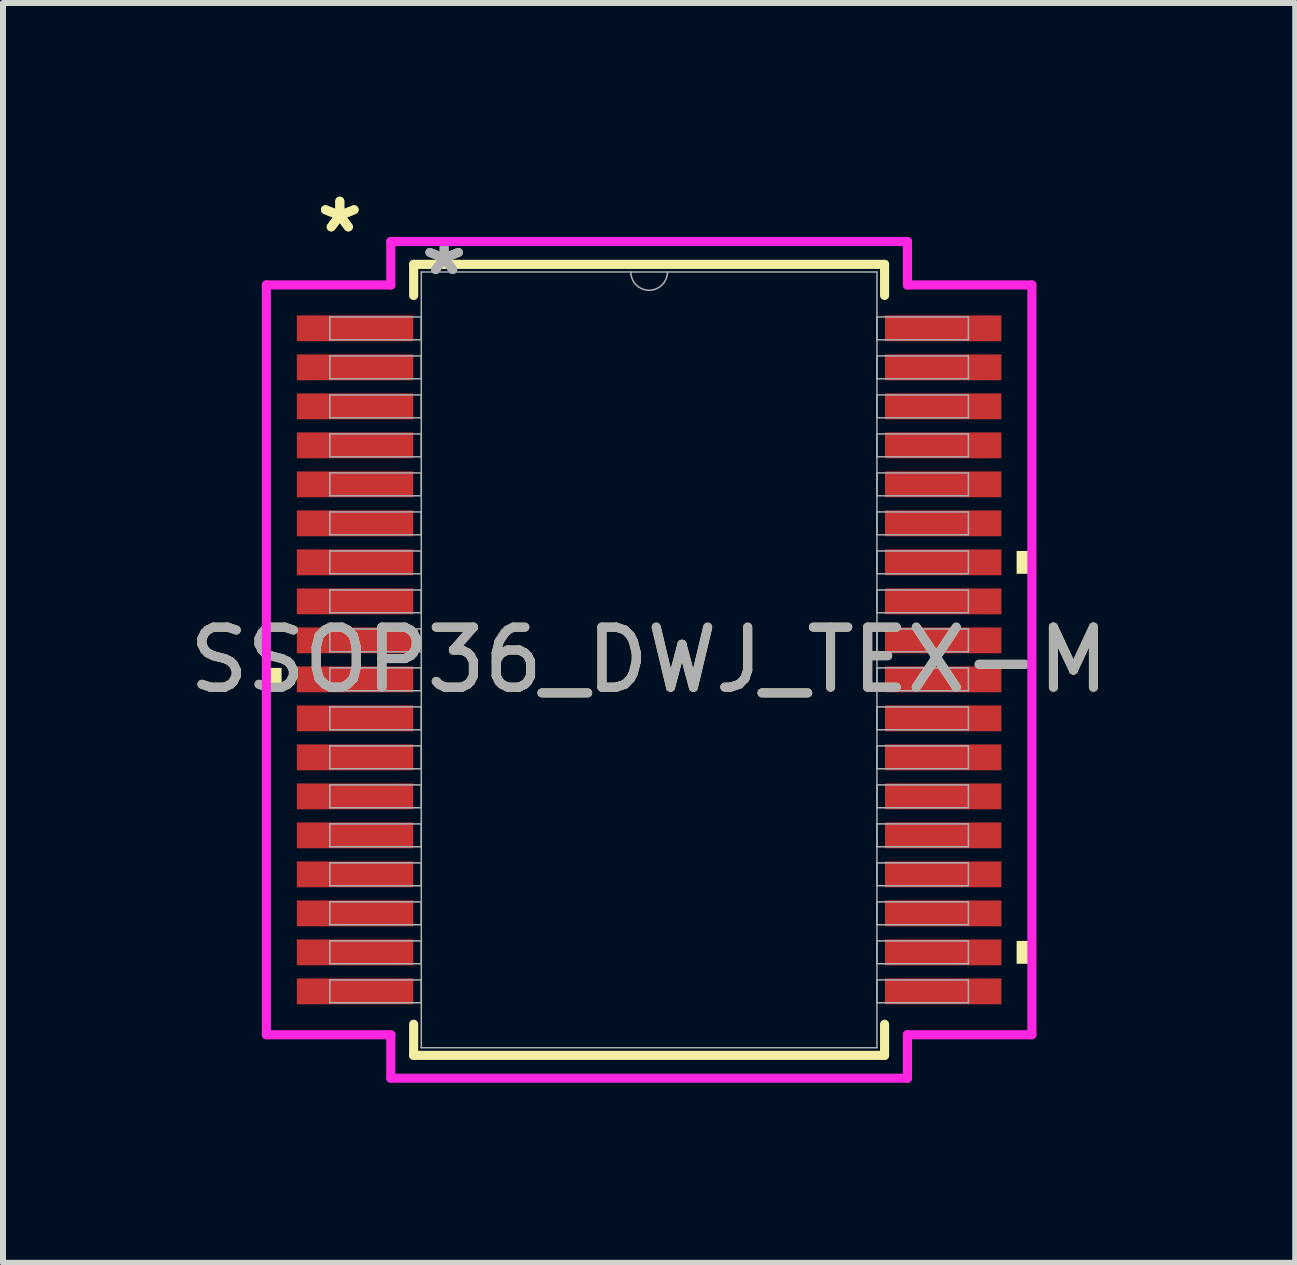
<source format=kicad_pcb>
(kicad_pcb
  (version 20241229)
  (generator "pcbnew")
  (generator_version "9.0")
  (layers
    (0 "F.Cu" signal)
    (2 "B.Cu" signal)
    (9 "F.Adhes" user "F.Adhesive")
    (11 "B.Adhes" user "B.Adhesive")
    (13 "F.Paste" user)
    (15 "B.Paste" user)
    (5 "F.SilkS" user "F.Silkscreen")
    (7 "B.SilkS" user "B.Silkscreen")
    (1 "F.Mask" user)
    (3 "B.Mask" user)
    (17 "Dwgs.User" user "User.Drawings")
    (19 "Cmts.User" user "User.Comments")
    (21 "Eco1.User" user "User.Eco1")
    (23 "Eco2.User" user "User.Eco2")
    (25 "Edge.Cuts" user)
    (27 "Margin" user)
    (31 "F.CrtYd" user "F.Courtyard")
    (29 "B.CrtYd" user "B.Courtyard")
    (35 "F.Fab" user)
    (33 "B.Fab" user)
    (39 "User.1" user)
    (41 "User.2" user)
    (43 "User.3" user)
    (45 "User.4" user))
  (footprint "SSOP36_DWJ_TEX-M"
    (layer "F.Cu")
    (at 7.768 7.947)
    (property "Reference" "SSOP36_DWJ_TEX-M" (at 0 0 0) (unlocked yes) (layer "F.SilkS") (effects (font (size 1 1) (thickness 0.15))))
    (attr smd)
    (fp_line (start -3.924 -6.591) (end -3.924 -6.073) (stroke (width 0.152) (type solid)) (layer "F.SilkS"))
    (fp_line (start -3.924 6.073) (end -3.924 6.591) (stroke (width 0.152) (type solid)) (layer "F.SilkS"))
    (fp_line (start -3.924 6.591) (end 3.924 6.591) (stroke (width 0.152) (type solid)) (layer "F.SilkS"))
    (fp_line (start 3.924 -6.591) (end -3.924 -6.591) (stroke (width 0.152) (type solid)) (layer "F.SilkS"))
    (fp_line (start 3.924 -6.073) (end 3.924 -6.591) (stroke (width 0.152) (type solid)) (layer "F.SilkS"))
    (fp_line (start 3.924 6.591) (end 3.924 6.073) (stroke (width 0.152) (type solid)) (layer "F.SilkS"))
    (fp_poly (pts (xy -6.379 0.134) (xy -6.379 0.515) (xy -6.125 0.515) (xy -6.125 0.134)) (stroke (width 0) (type solid)) (fill yes) (layer "F.SilkS"))
    (fp_poly (pts (xy 6.379 -1.815) (xy 6.379 -1.434) (xy 6.125 -1.434) (xy 6.125 -1.815)) (stroke (width 0) (type solid)) (fill yes) (layer "F.SilkS"))
    (fp_poly (pts (xy 6.379 4.684) (xy 6.379 5.065) (xy 6.125 5.065) (xy 6.125 4.684)) (stroke (width 0) (type solid)) (fill yes) (layer "F.SilkS"))
    (fp_line (start -6.379 -6.248) (end -4.305 -6.248) (stroke (width 0.152) (type solid)) (layer "F.CrtYd"))
    (fp_line (start -6.379 6.248) (end -6.379 -6.248) (stroke (width 0.152) (type solid)) (layer "F.CrtYd"))
    (fp_line (start -6.379 6.248) (end -4.305 6.248) (stroke (width 0.152) (type solid)) (layer "F.CrtYd"))
    (fp_line (start -4.305 -6.972) (end 4.305 -6.972) (stroke (width 0.152) (type solid)) (layer "F.CrtYd"))
    (fp_line (start -4.305 -6.248) (end -4.305 -6.972) (stroke (width 0.152) (type solid)) (layer "F.CrtYd"))
    (fp_line (start -4.305 6.972) (end -4.305 6.248) (stroke (width 0.152) (type solid)) (layer "F.CrtYd"))
    (fp_line (start 4.305 -6.972) (end 4.305 -6.248) (stroke (width 0.152) (type solid)) (layer "F.CrtYd"))
    (fp_line (start 4.305 6.248) (end 4.305 6.972) (stroke (width 0.152) (type solid)) (layer "F.CrtYd"))
    (fp_line (start 4.305 6.972) (end -4.305 6.972) (stroke (width 0.152) (type solid)) (layer "F.CrtYd"))
    (fp_line (start 6.379 -6.248) (end 4.305 -6.248) (stroke (width 0.152) (type solid)) (layer "F.CrtYd"))
    (fp_line (start 6.379 -6.248) (end 6.379 6.248) (stroke (width 0.152) (type solid)) (layer "F.CrtYd"))
    (fp_line (start 6.379 6.248) (end 4.305 6.248) (stroke (width 0.152) (type solid)) (layer "F.CrtYd"))
    (fp_line (start -5.321 -5.715) (end -5.321 -5.334) (stroke (width 0.025) (type solid)) (layer "F.Fab"))
    (fp_line (start -5.321 -5.334) (end -3.797 -5.334) (stroke (width 0.025) (type solid)) (layer "F.Fab"))
    (fp_line (start -5.321 -5.065) (end -5.321 -4.684) (stroke (width 0.025) (type solid)) (layer "F.Fab"))
    (fp_line (start -5.321 -4.684) (end -3.797 -4.684) (stroke (width 0.025) (type solid)) (layer "F.Fab"))
    (fp_line (start -5.321 -4.415) (end -5.321 -4.034) (stroke (width 0.025) (type solid)) (layer "F.Fab"))
    (fp_line (start -5.321 -4.034) (end -3.797 -4.034) (stroke (width 0.025) (type solid)) (layer "F.Fab"))
    (fp_line (start -5.321 -3.765) (end -5.321 -3.384) (stroke (width 0.025) (type solid)) (layer "F.Fab"))
    (fp_line (start -5.321 -3.384) (end -3.797 -3.384) (stroke (width 0.025) (type solid)) (layer "F.Fab"))
    (fp_line (start -5.321 -3.115) (end -5.321 -2.734) (stroke (width 0.025) (type solid)) (layer "F.Fab"))
    (fp_line (start -5.321 -2.734) (end -3.797 -2.734) (stroke (width 0.025) (type solid)) (layer "F.Fab"))
    (fp_line (start -5.321 -2.465) (end -5.321 -2.084) (stroke (width 0.025) (type solid)) (layer "F.Fab"))
    (fp_line (start -5.321 -2.084) (end -3.797 -2.084) (stroke (width 0.025) (type solid)) (layer "F.Fab"))
    (fp_line (start -5.321 -1.815) (end -5.321 -1.434) (stroke (width 0.025) (type solid)) (layer "F.Fab"))
    (fp_line (start -5.321 -1.434) (end -3.797 -1.434) (stroke (width 0.025) (type solid)) (layer "F.Fab"))
    (fp_line (start -5.321 -1.165) (end -5.321 -0.784) (stroke (width 0.025) (type solid)) (layer "F.Fab"))
    (fp_line (start -5.321 -0.784) (end -3.797 -0.784) (stroke (width 0.025) (type solid)) (layer "F.Fab"))
    (fp_line (start -5.321 -0.515) (end -5.321 -0.134) (stroke (width 0.025) (type solid)) (layer "F.Fab"))
    (fp_line (start -5.321 -0.134) (end -3.797 -0.134) (stroke (width 0.025) (type solid)) (layer "F.Fab"))
    (fp_line (start -5.321 0.134) (end -5.321 0.515) (stroke (width 0.025) (type solid)) (layer "F.Fab"))
    (fp_line (start -5.321 0.515) (end -3.797 0.515) (stroke (width 0.025) (type solid)) (layer "F.Fab"))
    (fp_line (start -5.321 0.784) (end -5.321 1.165) (stroke (width 0.025) (type solid)) (layer "F.Fab"))
    (fp_line (start -5.321 1.165) (end -3.797 1.165) (stroke (width 0.025) (type solid)) (layer "F.Fab"))
    (fp_line (start -5.321 1.434) (end -5.321 1.815) (stroke (width 0.025) (type solid)) (layer "F.Fab"))
    (fp_line (start -5.321 1.815) (end -3.797 1.815) (stroke (width 0.025) (type solid)) (layer "F.Fab"))
    (fp_line (start -5.321 2.084) (end -5.321 2.465) (stroke (width 0.025) (type solid)) (layer "F.Fab"))
    (fp_line (start -5.321 2.465) (end -3.797 2.465) (stroke (width 0.025) (type solid)) (layer "F.Fab"))
    (fp_line (start -5.321 2.734) (end -5.321 3.115) (stroke (width 0.025) (type solid)) (layer "F.Fab"))
    (fp_line (start -5.321 3.115) (end -3.797 3.115) (stroke (width 0.025) (type solid)) (layer "F.Fab"))
    (fp_line (start -5.321 3.384) (end -5.321 3.765) (stroke (width 0.025) (type solid)) (layer "F.Fab"))
    (fp_line (start -5.321 3.765) (end -3.797 3.765) (stroke (width 0.025) (type solid)) (layer "F.Fab"))
    (fp_line (start -5.321 4.034) (end -5.321 4.415) (stroke (width 0.025) (type solid)) (layer "F.Fab"))
    (fp_line (start -5.321 4.415) (end -3.797 4.415) (stroke (width 0.025) (type solid)) (layer "F.Fab"))
    (fp_line (start -5.321 4.684) (end -5.321 5.065) (stroke (width 0.025) (type solid)) (layer "F.Fab"))
    (fp_line (start -5.321 5.065) (end -3.797 5.065) (stroke (width 0.025) (type solid)) (layer "F.Fab"))
    (fp_line (start -5.321 5.334) (end -5.321 5.715) (stroke (width 0.025) (type solid)) (layer "F.Fab"))
    (fp_line (start -5.321 5.715) (end -3.797 5.715) (stroke (width 0.025) (type solid)) (layer "F.Fab"))
    (fp_line (start -3.797 -6.464) (end -3.797 6.464) (stroke (width 0.025) (type solid)) (layer "F.Fab"))
    (fp_line (start -3.797 -5.715) (end -5.321 -5.715) (stroke (width 0.025) (type solid)) (layer "F.Fab"))
    (fp_line (start -3.797 -5.334) (end -3.797 -5.715) (stroke (width 0.025) (type solid)) (layer "F.Fab"))
    (fp_line (start -3.797 -5.065) (end -5.321 -5.065) (stroke (width 0.025) (type solid)) (layer "F.Fab"))
    (fp_line (start -3.797 -4.684) (end -3.797 -5.065) (stroke (width 0.025) (type solid)) (layer "F.Fab"))
    (fp_line (start -3.797 -4.415) (end -5.321 -4.415) (stroke (width 0.025) (type solid)) (layer "F.Fab"))
    (fp_line (start -3.797 -4.034) (end -3.797 -4.415) (stroke (width 0.025) (type solid)) (layer "F.Fab"))
    (fp_line (start -3.797 -3.765) (end -5.321 -3.765) (stroke (width 0.025) (type solid)) (layer "F.Fab"))
    (fp_line (start -3.797 -3.384) (end -3.797 -3.765) (stroke (width 0.025) (type solid)) (layer "F.Fab"))
    (fp_line (start -3.797 -3.115) (end -5.321 -3.115) (stroke (width 0.025) (type solid)) (layer "F.Fab"))
    (fp_line (start -3.797 -2.734) (end -3.797 -3.115) (stroke (width 0.025) (type solid)) (layer "F.Fab"))
    (fp_line (start -3.797 -2.465) (end -5.321 -2.465) (stroke (width 0.025) (type solid)) (layer "F.Fab"))
    (fp_line (start -3.797 -2.084) (end -3.797 -2.465) (stroke (width 0.025) (type solid)) (layer "F.Fab"))
    (fp_line (start -3.797 -1.815) (end -5.321 -1.815) (stroke (width 0.025) (type solid)) (layer "F.Fab"))
    (fp_line (start -3.797 -1.434) (end -3.797 -1.815) (stroke (width 0.025) (type solid)) (layer "F.Fab"))
    (fp_line (start -3.797 -1.165) (end -5.321 -1.165) (stroke (width 0.025) (type solid)) (layer "F.Fab"))
    (fp_line (start -3.797 -0.784) (end -3.797 -1.165) (stroke (width 0.025) (type solid)) (layer "F.Fab"))
    (fp_line (start -3.797 -0.515) (end -5.321 -0.515) (stroke (width 0.025) (type solid)) (layer "F.Fab"))
    (fp_line (start -3.797 -0.134) (end -3.797 -0.515) (stroke (width 0.025) (type solid)) (layer "F.Fab"))
    (fp_line (start -3.797 0.134) (end -5.321 0.134) (stroke (width 0.025) (type solid)) (layer "F.Fab"))
    (fp_line (start -3.797 0.515) (end -3.797 0.134) (stroke (width 0.025) (type solid)) (layer "F.Fab"))
    (fp_line (start -3.797 0.784) (end -5.321 0.784) (stroke (width 0.025) (type solid)) (layer "F.Fab"))
    (fp_line (start -3.797 1.165) (end -3.797 0.784) (stroke (width 0.025) (type solid)) (layer "F.Fab"))
    (fp_line (start -3.797 1.434) (end -5.321 1.434) (stroke (width 0.025) (type solid)) (layer "F.Fab"))
    (fp_line (start -3.797 1.815) (end -3.797 1.434) (stroke (width 0.025) (type solid)) (layer "F.Fab"))
    (fp_line (start -3.797 2.084) (end -5.321 2.084) (stroke (width 0.025) (type solid)) (layer "F.Fab"))
    (fp_line (start -3.797 2.465) (end -3.797 2.084) (stroke (width 0.025) (type solid)) (layer "F.Fab"))
    (fp_line (start -3.797 2.734) (end -5.321 2.734) (stroke (width 0.025) (type solid)) (layer "F.Fab"))
    (fp_line (start -3.797 3.115) (end -3.797 2.734) (stroke (width 0.025) (type solid)) (layer "F.Fab"))
    (fp_line (start -3.797 3.384) (end -5.321 3.384) (stroke (width 0.025) (type solid)) (layer "F.Fab"))
    (fp_line (start -3.797 3.765) (end -3.797 3.384) (stroke (width 0.025) (type solid)) (layer "F.Fab"))
    (fp_line (start -3.797 4.034) (end -5.321 4.034) (stroke (width 0.025) (type solid)) (layer "F.Fab"))
    (fp_line (start -3.797 4.415) (end -3.797 4.034) (stroke (width 0.025) (type solid)) (layer "F.Fab"))
    (fp_line (start -3.797 4.684) (end -5.321 4.684) (stroke (width 0.025) (type solid)) (layer "F.Fab"))
    (fp_line (start -3.797 5.065) (end -3.797 4.684) (stroke (width 0.025) (type solid)) (layer "F.Fab"))
    (fp_line (start -3.797 5.334) (end -5.321 5.334) (stroke (width 0.025) (type solid)) (layer "F.Fab"))
    (fp_line (start -3.797 5.715) (end -3.797 5.334) (stroke (width 0.025) (type solid)) (layer "F.Fab"))
    (fp_line (start -3.797 6.464) (end 3.797 6.464) (stroke (width 0.025) (type solid)) (layer "F.Fab"))
    (fp_line (start 3.797 -6.464) (end -3.797 -6.464) (stroke (width 0.025) (type solid)) (layer "F.Fab"))
    (fp_line (start 3.797 -5.715) (end 3.797 -5.334) (stroke (width 0.025) (type solid)) (layer "F.Fab"))
    (fp_line (start 3.797 -5.334) (end 5.321 -5.334) (stroke (width 0.025) (type solid)) (layer "F.Fab"))
    (fp_line (start 3.797 -5.065) (end 3.797 -4.684) (stroke (width 0.025) (type solid)) (layer "F.Fab"))
    (fp_line (start 3.797 -4.684) (end 5.321 -4.684) (stroke (width 0.025) (type solid)) (layer "F.Fab"))
    (fp_line (start 3.797 -4.415) (end 3.797 -4.034) (stroke (width 0.025) (type solid)) (layer "F.Fab"))
    (fp_line (start 3.797 -4.034) (end 5.321 -4.034) (stroke (width 0.025) (type solid)) (layer "F.Fab"))
    (fp_line (start 3.797 -3.765) (end 3.797 -3.384) (stroke (width 0.025) (type solid)) (layer "F.Fab"))
    (fp_line (start 3.797 -3.384) (end 5.321 -3.384) (stroke (width 0.025) (type solid)) (layer "F.Fab"))
    (fp_line (start 3.797 -3.115) (end 3.797 -2.734) (stroke (width 0.025) (type solid)) (layer "F.Fab"))
    (fp_line (start 3.797 -2.734) (end 5.321 -2.734) (stroke (width 0.025) (type solid)) (layer "F.Fab"))
    (fp_line (start 3.797 -2.465) (end 3.797 -2.084) (stroke (width 0.025) (type solid)) (layer "F.Fab"))
    (fp_line (start 3.797 -2.084) (end 5.321 -2.084) (stroke (width 0.025) (type solid)) (layer "F.Fab"))
    (fp_line (start 3.797 -1.815) (end 3.797 -1.434) (stroke (width 0.025) (type solid)) (layer "F.Fab"))
    (fp_line (start 3.797 -1.434) (end 5.321 -1.434) (stroke (width 0.025) (type solid)) (layer "F.Fab"))
    (fp_line (start 3.797 -1.165) (end 3.797 -0.784) (stroke (width 0.025) (type solid)) (layer "F.Fab"))
    (fp_line (start 3.797 -0.784) (end 5.321 -0.784) (stroke (width 0.025) (type solid)) (layer "F.Fab"))
    (fp_line (start 3.797 -0.515) (end 3.797 -0.134) (stroke (width 0.025) (type solid)) (layer "F.Fab"))
    (fp_line (start 3.797 -0.134) (end 5.321 -0.134) (stroke (width 0.025) (type solid)) (layer "F.Fab"))
    (fp_line (start 3.797 0.134) (end 3.797 0.515) (stroke (width 0.025) (type solid)) (layer "F.Fab"))
    (fp_line (start 3.797 0.515) (end 5.321 0.515) (stroke (width 0.025) (type solid)) (layer "F.Fab"))
    (fp_line (start 3.797 0.784) (end 3.797 1.165) (stroke (width 0.025) (type solid)) (layer "F.Fab"))
    (fp_line (start 3.797 1.165) (end 5.321 1.165) (stroke (width 0.025) (type solid)) (layer "F.Fab"))
    (fp_line (start 3.797 1.434) (end 3.797 1.815) (stroke (width 0.025) (type solid)) (layer "F.Fab"))
    (fp_line (start 3.797 1.815) (end 5.321 1.815) (stroke (width 0.025) (type solid)) (layer "F.Fab"))
    (fp_line (start 3.797 2.084) (end 3.797 2.465) (stroke (width 0.025) (type solid)) (layer "F.Fab"))
    (fp_line (start 3.797 2.465) (end 5.321 2.465) (stroke (width 0.025) (type solid)) (layer "F.Fab"))
    (fp_line (start 3.797 2.734) (end 3.797 3.115) (stroke (width 0.025) (type solid)) (layer "F.Fab"))
    (fp_line (start 3.797 3.115) (end 5.321 3.115) (stroke (width 0.025) (type solid)) (layer "F.Fab"))
    (fp_line (start 3.797 3.384) (end 3.797 3.765) (stroke (width 0.025) (type solid)) (layer "F.Fab"))
    (fp_line (start 3.797 3.765) (end 5.321 3.765) (stroke (width 0.025) (type solid)) (layer "F.Fab"))
    (fp_line (start 3.797 4.034) (end 3.797 4.415) (stroke (width 0.025) (type solid)) (layer "F.Fab"))
    (fp_line (start 3.797 4.415) (end 5.321 4.415) (stroke (width 0.025) (type solid)) (layer "F.Fab"))
    (fp_line (start 3.797 4.684) (end 3.797 5.065) (stroke (width 0.025) (type solid)) (layer "F.Fab"))
    (fp_line (start 3.797 5.065) (end 5.321 5.065) (stroke (width 0.025) (type solid)) (layer "F.Fab"))
    (fp_line (start 3.797 5.334) (end 3.797 5.715) (stroke (width 0.025) (type solid)) (layer "F.Fab"))
    (fp_line (start 3.797 5.715) (end 5.321 5.715) (stroke (width 0.025) (type solid)) (layer "F.Fab"))
    (fp_line (start 3.797 6.464) (end 3.797 -6.464) (stroke (width 0.025) (type solid)) (layer "F.Fab"))
    (fp_line (start 5.321 -5.715) (end 3.797 -5.715) (stroke (width 0.025) (type solid)) (layer "F.Fab"))
    (fp_line (start 5.321 -5.334) (end 5.321 -5.715) (stroke (width 0.025) (type solid)) (layer "F.Fab"))
    (fp_line (start 5.321 -5.065) (end 3.797 -5.065) (stroke (width 0.025) (type solid)) (layer "F.Fab"))
    (fp_line (start 5.321 -4.684) (end 5.321 -5.065) (stroke (width 0.025) (type solid)) (layer "F.Fab"))
    (fp_line (start 5.321 -4.415) (end 3.797 -4.415) (stroke (width 0.025) (type solid)) (layer "F.Fab"))
    (fp_line (start 5.321 -4.034) (end 5.321 -4.415) (stroke (width 0.025) (type solid)) (layer "F.Fab"))
    (fp_line (start 5.321 -3.765) (end 3.797 -3.765) (stroke (width 0.025) (type solid)) (layer "F.Fab"))
    (fp_line (start 5.321 -3.384) (end 5.321 -3.765) (stroke (width 0.025) (type solid)) (layer "F.Fab"))
    (fp_line (start 5.321 -3.115) (end 3.797 -3.115) (stroke (width 0.025) (type solid)) (layer "F.Fab"))
    (fp_line (start 5.321 -2.734) (end 5.321 -3.115) (stroke (width 0.025) (type solid)) (layer "F.Fab"))
    (fp_line (start 5.321 -2.465) (end 3.797 -2.465) (stroke (width 0.025) (type solid)) (layer "F.Fab"))
    (fp_line (start 5.321 -2.084) (end 5.321 -2.465) (stroke (width 0.025) (type solid)) (layer "F.Fab"))
    (fp_line (start 5.321 -1.815) (end 3.797 -1.815) (stroke (width 0.025) (type solid)) (layer "F.Fab"))
    (fp_line (start 5.321 -1.434) (end 5.321 -1.815) (stroke (width 0.025) (type solid)) (layer "F.Fab"))
    (fp_line (start 5.321 -1.165) (end 3.797 -1.165) (stroke (width 0.025) (type solid)) (layer "F.Fab"))
    (fp_line (start 5.321 -0.784) (end 5.321 -1.165) (stroke (width 0.025) (type solid)) (layer "F.Fab"))
    (fp_line (start 5.321 -0.515) (end 3.797 -0.515) (stroke (width 0.025) (type solid)) (layer "F.Fab"))
    (fp_line (start 5.321 -0.134) (end 5.321 -0.515) (stroke (width 0.025) (type solid)) (layer "F.Fab"))
    (fp_line (start 5.321 0.134) (end 3.797 0.134) (stroke (width 0.025) (type solid)) (layer "F.Fab"))
    (fp_line (start 5.321 0.515) (end 5.321 0.134) (stroke (width 0.025) (type solid)) (layer "F.Fab"))
    (fp_line (start 5.321 0.784) (end 3.797 0.784) (stroke (width 0.025) (type solid)) (layer "F.Fab"))
    (fp_line (start 5.321 1.165) (end 5.321 0.784) (stroke (width 0.025) (type solid)) (layer "F.Fab"))
    (fp_line (start 5.321 1.434) (end 3.797 1.434) (stroke (width 0.025) (type solid)) (layer "F.Fab"))
    (fp_line (start 5.321 1.815) (end 5.321 1.434) (stroke (width 0.025) (type solid)) (layer "F.Fab"))
    (fp_line (start 5.321 2.084) (end 3.797 2.084) (stroke (width 0.025) (type solid)) (layer "F.Fab"))
    (fp_line (start 5.321 2.465) (end 5.321 2.084) (stroke (width 0.025) (type solid)) (layer "F.Fab"))
    (fp_line (start 5.321 2.734) (end 3.797 2.734) (stroke (width 0.025) (type solid)) (layer "F.Fab"))
    (fp_line (start 5.321 3.115) (end 5.321 2.734) (stroke (width 0.025) (type solid)) (layer "F.Fab"))
    (fp_line (start 5.321 3.384) (end 3.797 3.384) (stroke (width 0.025) (type solid)) (layer "F.Fab"))
    (fp_line (start 5.321 3.765) (end 5.321 3.384) (stroke (width 0.025) (type solid)) (layer "F.Fab"))
    (fp_line (start 5.321 4.034) (end 3.797 4.034) (stroke (width 0.025) (type solid)) (layer "F.Fab"))
    (fp_line (start 5.321 4.415) (end 5.321 4.034) (stroke (width 0.025) (type solid)) (layer "F.Fab"))
    (fp_line (start 5.321 4.684) (end 3.797 4.684) (stroke (width 0.025) (type solid)) (layer "F.Fab"))
    (fp_line (start 5.321 5.065) (end 5.321 4.684) (stroke (width 0.025) (type solid)) (layer "F.Fab"))
    (fp_line (start 5.321 5.334) (end 3.797 5.334) (stroke (width 0.025) (type solid)) (layer "F.Fab"))
    (fp_line (start 5.321 5.715) (end 5.321 5.334) (stroke (width 0.025) (type solid)) (layer "F.Fab"))
    (fp_arc (start 0.3048 -6.4643) (mid 0 -6.1595) (end -0.3048 -6.4643) (stroke (width 0.0254) (type solid)) (layer "F.Fab"))
    (fp_text user "*" (at -5.155 -7.099 0) (layer "F.SilkS") (effects (font (size 1 1) (thickness 0.15))))
    (fp_text user "*" (at -5.155 -7.099 0) (unlocked yes) (layer "F.SilkS") (effects (font (size 1 1) (thickness 0.15))))
    (fp_text user "${REFERENCE}" (at 0 0 0) (unlocked yes) (layer "F.Fab") (effects (font (size 1 1) (thickness 0.15))))
    (fp_text user "*" (at -3.416 -6.388 0) (layer "F.Fab") (effects (font (size 1 1) (thickness 0.15))))
    (fp_text user "*" (at -3.416 -6.388 0) (unlocked yes) (layer "F.Fab") (effects (font (size 1 1) (thickness 0.15))))
    (pad "1" smd rect (at -4.901 -5.525) (size 1.94 0.431) (layers "F.Cu" "F.Mask" "F.Paste"))
    (pad "2" smd rect (at -4.901 -4.875) (size 1.94 0.431) (layers "F.Cu" "F.Mask" "F.Paste"))
    (pad "3" smd rect (at -4.901 -4.225) (size 1.94 0.431) (layers "F.Cu" "F.Mask" "F.Paste"))
    (pad "4" smd rect (at -4.901 -3.575) (size 1.94 0.431) (layers "F.Cu" "F.Mask" "F.Paste"))
    (pad "5" smd rect (at -4.901 -2.925) (size 1.94 0.431) (layers "F.Cu" "F.Mask" "F.Paste"))
    (pad "6" smd rect (at -4.901 -2.275) (size 1.94 0.431) (layers "F.Cu" "F.Mask" "F.Paste"))
    (pad "7" smd rect (at -4.901 -1.625) (size 1.94 0.431) (layers "F.Cu" "F.Mask" "F.Paste"))
    (pad "8" smd rect (at -4.901 -0.975) (size 1.94 0.431) (layers "F.Cu" "F.Mask" "F.Paste"))
    (pad "9" smd rect (at -4.901 -0.325) (size 1.94 0.431) (layers "F.Cu" "F.Mask" "F.Paste"))
    (pad "10" smd rect (at -4.901 0.325) (size 1.94 0.431) (layers "F.Cu" "F.Mask" "F.Paste"))
    (pad "11" smd rect (at -4.901 0.975) (size 1.94 0.431) (layers "F.Cu" "F.Mask" "F.Paste"))
    (pad "12" smd rect (at -4.901 1.625) (size 1.94 0.431) (layers "F.Cu" "F.Mask" "F.Paste"))
    (pad "13" smd rect (at -4.901 2.275) (size 1.94 0.431) (layers "F.Cu" "F.Mask" "F.Paste"))
    (pad "14" smd rect (at -4.901 2.925) (size 1.94 0.431) (layers "F.Cu" "F.Mask" "F.Paste"))
    (pad "15" smd rect (at -4.901 3.575) (size 1.94 0.431) (layers "F.Cu" "F.Mask" "F.Paste"))
    (pad "16" smd rect (at -4.901 4.225) (size 1.94 0.431) (layers "F.Cu" "F.Mask" "F.Paste"))
    (pad "17" smd rect (at -4.901 4.875) (size 1.94 0.431) (layers "F.Cu" "F.Mask" "F.Paste"))
    (pad "18" smd rect (at -4.901 5.525) (size 1.94 0.431) (layers "F.Cu" "F.Mask" "F.Paste"))
    (pad "19" smd rect (at 4.901 5.525) (size 1.94 0.431) (layers "F.Cu" "F.Mask" "F.Paste"))
    (pad "20" smd rect (at 4.901 4.875) (size 1.94 0.431) (layers "F.Cu" "F.Mask" "F.Paste"))
    (pad "21" smd rect (at 4.901 4.225) (size 1.94 0.431) (layers "F.Cu" "F.Mask" "F.Paste"))
    (pad "22" smd rect (at 4.901 3.575) (size 1.94 0.431) (layers "F.Cu" "F.Mask" "F.Paste"))
    (pad "23" smd rect (at 4.901 2.925) (size 1.94 0.431) (layers "F.Cu" "F.Mask" "F.Paste"))
    (pad "24" smd rect (at 4.901 2.275) (size 1.94 0.431) (layers "F.Cu" "F.Mask" "F.Paste"))
    (pad "25" smd rect (at 4.901 1.625) (size 1.94 0.431) (layers "F.Cu" "F.Mask" "F.Paste"))
    (pad "26" smd rect (at 4.901 0.975) (size 1.94 0.431) (layers "F.Cu" "F.Mask" "F.Paste"))
    (pad "27" smd rect (at 4.901 0.325) (size 1.94 0.431) (layers "F.Cu" "F.Mask" "F.Paste"))
    (pad "28" smd rect (at 4.901 -0.325) (size 1.94 0.431) (layers "F.Cu" "F.Mask" "F.Paste"))
    (pad "29" smd rect (at 4.901 -0.975) (size 1.94 0.431) (layers "F.Cu" "F.Mask" "F.Paste"))
    (pad "30" smd rect (at 4.901 -1.625) (size 1.94 0.431) (layers "F.Cu" "F.Mask" "F.Paste"))
    (pad "31" smd rect (at 4.901 -2.275) (size 1.94 0.431) (layers "F.Cu" "F.Mask" "F.Paste"))
    (pad "32" smd rect (at 4.901 -2.925) (size 1.94 0.431) (layers "F.Cu" "F.Mask" "F.Paste"))
    (pad "33" smd rect (at 4.901 -3.575) (size 1.94 0.431) (layers "F.Cu" "F.Mask" "F.Paste"))
    (pad "34" smd rect (at 4.901 -4.225) (size 1.94 0.431) (layers "F.Cu" "F.Mask" "F.Paste"))
    (pad "35" smd rect (at 4.901 -4.875) (size 1.94 0.431) (layers "F.Cu" "F.Mask" "F.Paste"))
    (pad "36" smd rect (at 4.901 -5.525) (size 1.94 0.431) (layers "F.Cu" "F.Mask" "F.Paste")))
  (gr_rect
    (start -3 -3)
    (end 18.536 17.996)
    (stroke (width 0.1) (type default))
    (fill no)
    (layer "Edge.Cuts")))
</source>
